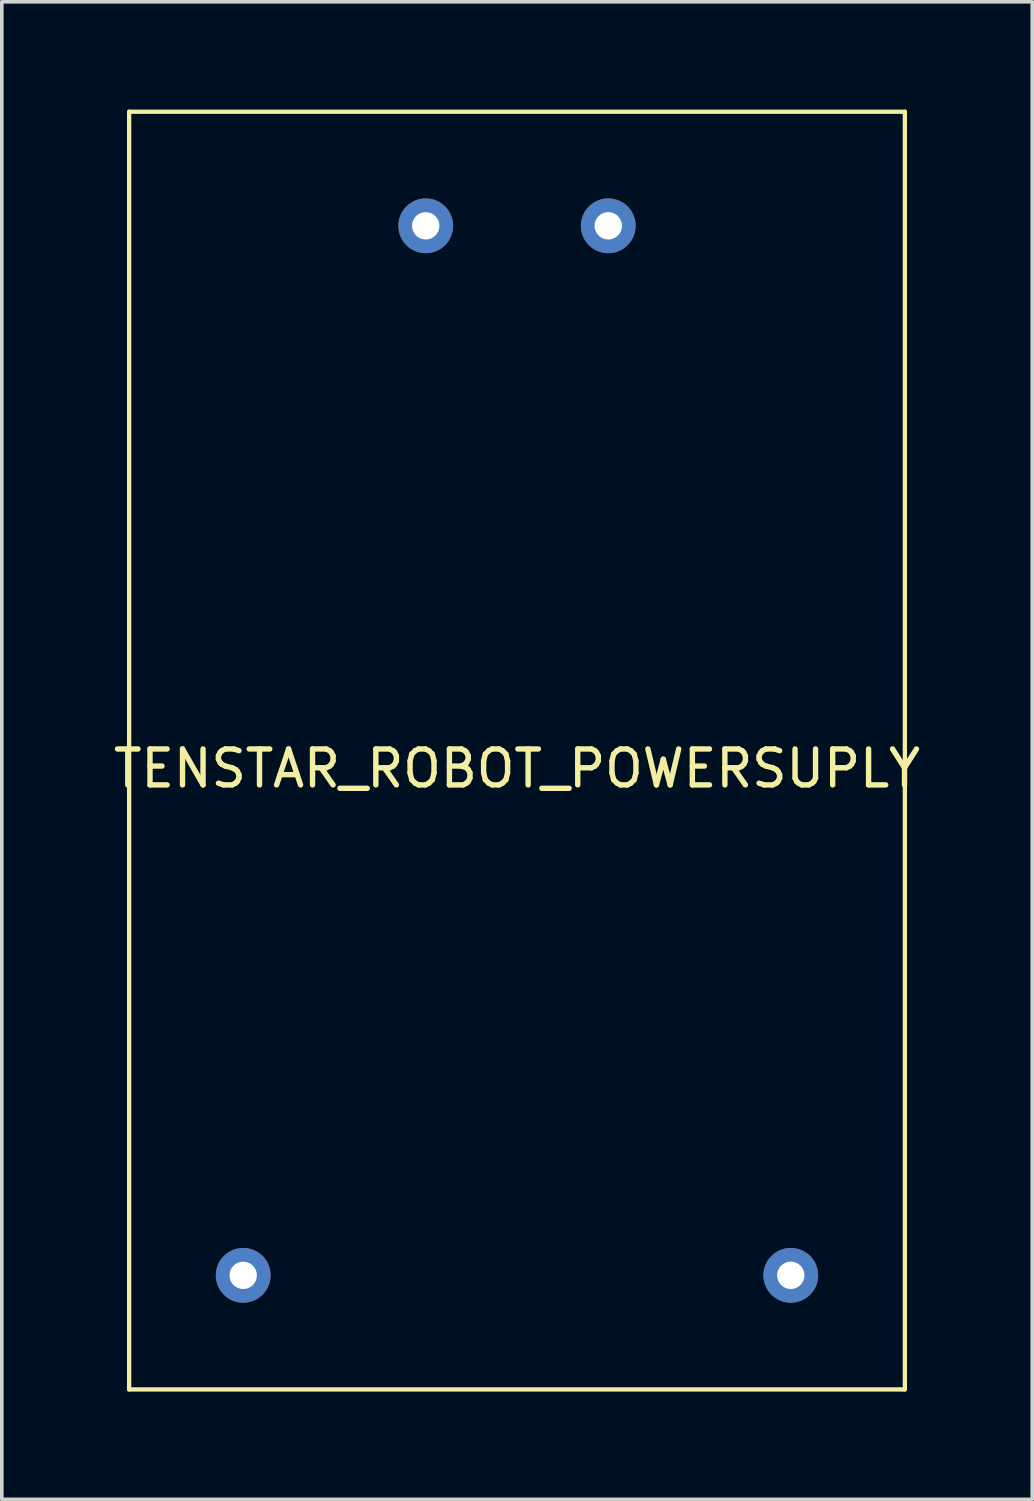
<source format=kicad_pcb>
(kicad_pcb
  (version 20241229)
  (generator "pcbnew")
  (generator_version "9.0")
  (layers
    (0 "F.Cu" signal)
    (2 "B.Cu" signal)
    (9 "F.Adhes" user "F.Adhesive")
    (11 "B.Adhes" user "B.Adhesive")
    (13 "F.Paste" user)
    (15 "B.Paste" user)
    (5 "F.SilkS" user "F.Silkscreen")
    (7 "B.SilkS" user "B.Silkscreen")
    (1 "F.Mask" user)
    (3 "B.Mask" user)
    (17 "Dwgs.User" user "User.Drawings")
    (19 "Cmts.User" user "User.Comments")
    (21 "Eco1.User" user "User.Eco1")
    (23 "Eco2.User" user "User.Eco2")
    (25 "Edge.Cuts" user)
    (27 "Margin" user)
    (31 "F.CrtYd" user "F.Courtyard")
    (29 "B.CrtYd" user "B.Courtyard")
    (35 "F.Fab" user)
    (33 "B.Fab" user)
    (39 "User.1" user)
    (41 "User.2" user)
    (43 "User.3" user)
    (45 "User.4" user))
  (footprint "TENSTAR_ROBOT_POWERSUPLY"
    (layer "F.Cu")
    (at 11.339 17.84)
    (property "Reference" "TENSTAR_ROBOT_POWERSUPLY" (at 0 0.5 0) (layer "F.SilkS") (effects (font (size 1 1) (thickness 0.15))))
    (attr through_hole)
    (fp_line (start -10.795 -17.78) (end -10.795 17.78) (stroke (width 0.12) (type solid)) (layer "F.SilkS"))
    (fp_line (start -10.795 17.78) (end 10.795 17.78) (stroke (width 0.12) (type solid)) (layer "F.SilkS"))
    (fp_line (start 10.795 -17.78) (end -10.795 -17.78) (stroke (width 0.12) (type solid)) (layer "F.SilkS"))
    (fp_line (start 10.795 17.78) (end 10.795 -17.78) (stroke (width 0.12) (type solid)) (layer "F.SilkS"))
    (pad "0" thru_hole circle (at -2.54 -14.605) (size 1.524 1.524) (drill 0.762) (layers "*.Cu" "*.Mask"))
    (pad "1" thru_hole circle (at 2.54 -14.605) (size 1.524 1.524) (drill 0.762) (layers "*.Cu" "*.Mask"))
    (pad "2" thru_hole circle (at 7.62 14.605) (size 1.524 1.524) (drill 0.762) (layers "*.Cu" "*.Mask"))
    (pad "3" thru_hole circle (at -7.62 14.605) (size 1.524 1.524) (drill 0.762) (layers "*.Cu" "*.Mask")))
  (gr_rect
    (start -3 -3)
    (end 25.679 38.68)
    (stroke (width 0.1) (type default))
    (fill no)
    (layer "Edge.Cuts")))
</source>
